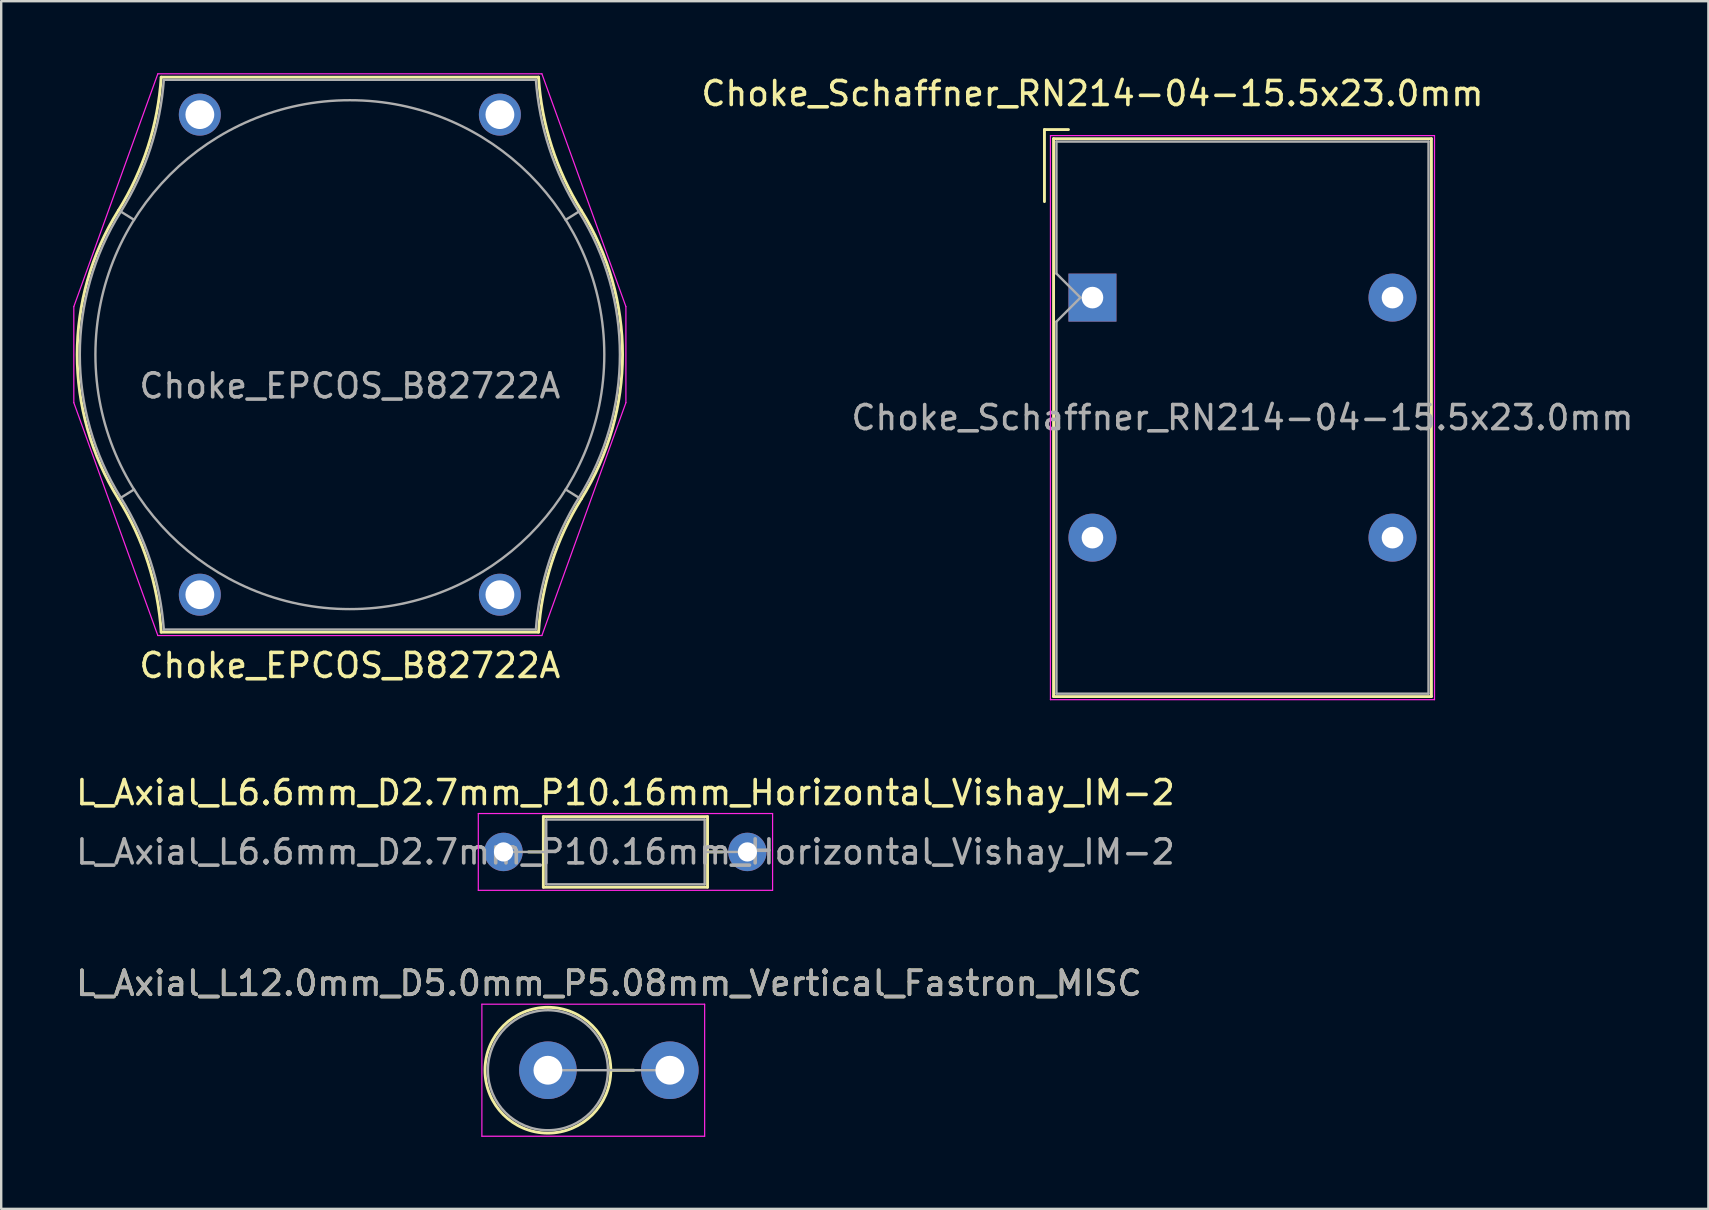
<source format=kicad_pcb>
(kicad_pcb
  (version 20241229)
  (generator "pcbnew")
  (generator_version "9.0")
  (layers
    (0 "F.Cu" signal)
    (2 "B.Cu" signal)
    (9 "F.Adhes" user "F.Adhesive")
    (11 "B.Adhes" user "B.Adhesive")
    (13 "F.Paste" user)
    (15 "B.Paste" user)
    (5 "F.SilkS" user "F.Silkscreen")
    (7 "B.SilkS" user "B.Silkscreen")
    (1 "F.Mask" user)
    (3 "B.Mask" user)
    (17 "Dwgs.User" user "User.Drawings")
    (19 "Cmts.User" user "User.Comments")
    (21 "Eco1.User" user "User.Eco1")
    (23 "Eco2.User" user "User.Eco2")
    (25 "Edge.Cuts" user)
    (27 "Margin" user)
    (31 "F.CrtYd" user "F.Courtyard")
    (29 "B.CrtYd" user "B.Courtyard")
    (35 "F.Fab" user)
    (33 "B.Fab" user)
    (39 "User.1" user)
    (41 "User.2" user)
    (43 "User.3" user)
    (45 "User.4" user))
  (footprint "L_Axial_L6.6mm_D2.7mm_P10.16mm_Horizontal_Vishay_IM-2"
    (layer "F.Cu")
    (at 17.926 32.441)
    (property "Reference" "L_Axial_L6.6mm_D2.7mm_P10.16mm_Horizontal_Vishay_IM-2" (at 5.08 -2.47 0) (layer "F.SilkS") (effects (font (size 1 1) (thickness 0.15))))
    (attr through_hole)
    (fp_line (start 1.04 0) (end 1.66 0) (stroke (width 0.12) (type solid)) (layer "F.SilkS"))
    (fp_line (start 1.66 -1.47) (end 1.66 1.47) (stroke (width 0.12) (type solid)) (layer "F.SilkS"))
    (fp_line (start 1.66 1.47) (end 8.5 1.47) (stroke (width 0.12) (type solid)) (layer "F.SilkS"))
    (fp_line (start 8.5 -1.47) (end 1.66 -1.47) (stroke (width 0.12) (type solid)) (layer "F.SilkS"))
    (fp_line (start 8.5 1.47) (end 8.5 -1.47) (stroke (width 0.12) (type solid)) (layer "F.SilkS"))
    (fp_line (start 9.12 0) (end 8.5 0) (stroke (width 0.12) (type solid)) (layer "F.SilkS"))
    (fp_line (start -1.05 -1.6) (end -1.05 1.6) (stroke (width 0.05) (type solid)) (layer "F.CrtYd"))
    (fp_line (start -1.05 1.6) (end 11.21 1.6) (stroke (width 0.05) (type solid)) (layer "F.CrtYd"))
    (fp_line (start 11.21 -1.6) (end -1.05 -1.6) (stroke (width 0.05) (type solid)) (layer "F.CrtYd"))
    (fp_line (start 11.21 1.6) (end 11.21 -1.6) (stroke (width 0.05) (type solid)) (layer "F.CrtYd"))
    (fp_line (start 0 0) (end 1.78 0) (stroke (width 0.1) (type solid)) (layer "F.Fab"))
    (fp_line (start 1.78 -1.35) (end 1.78 1.35) (stroke (width 0.1) (type solid)) (layer "F.Fab"))
    (fp_line (start 1.78 1.35) (end 8.38 1.35) (stroke (width 0.1) (type solid)) (layer "F.Fab"))
    (fp_line (start 8.38 -1.35) (end 1.78 -1.35) (stroke (width 0.1) (type solid)) (layer "F.Fab"))
    (fp_line (start 8.38 1.35) (end 8.38 -1.35) (stroke (width 0.1) (type solid)) (layer "F.Fab"))
    (fp_line (start 10.16 0) (end 8.38 0) (stroke (width 0.1) (type solid)) (layer "F.Fab"))
    (fp_text user "${REFERENCE}" (at 5.08 0 0) (layer "F.Fab") (effects (font (size 1 1) (thickness 0.15))))
    (pad "1" thru_hole circle (at 0 0) (size 1.6 1.6) (drill 0.8) (layers "*.Cu" "*.Mask"))
    (pad "2" thru_hole oval (at 10.16 0) (size 1.6 1.6) (drill 0.8) (layers "*.Cu" "*.Mask")))
  (footprint "Choke_EPCOS_B82722A"
    (layer "F.Cu")
    (at 5.275 21.725)
    (property "Reference" "Choke_EPCOS_B82722A" (at 6.25 2.95 180) (layer "F.SilkS") (effects (font (size 1 1) (thickness 0.15))))
    (attr through_hole)
    (fp_line (start -1.61 -21.56) (end 14.11 -21.56) (stroke (width 0.12) (type solid)) (layer "F.SilkS"))
    (fp_line (start -1.61 1.56) (end 14.11 1.56) (stroke (width 0.12) (type solid)) (layer "F.SilkS"))
    (fp_arc (start -3.392046 -3.993291) (mid -5.11 -10) (end -3.392046 -16.006709) (stroke (width 0.12) (type solid)) (layer "F.SilkS"))
    (fp_arc (start -3.392046 -3.993291) (mid -2.156889 -1.327078) (end -1.61 1.56) (stroke (width 0.12) (type solid)) (layer "F.SilkS"))
    (fp_arc (start -1.61 -21.56) (mid -2.156888 -18.672922) (end -3.392046 -16.006709) (stroke (width 0.12) (type solid)) (layer "F.SilkS"))
    (fp_arc (start 14.109999 1.56) (mid 14.656887 -1.327078) (end 15.892045 -3.993291) (stroke (width 0.12) (type solid)) (layer "F.SilkS"))
    (fp_arc (start 15.892045 -16.006709) (mid 17.609999 -10) (end 15.892045 -3.993291) (stroke (width 0.12) (type solid)) (layer "F.SilkS"))
    (fp_arc (start 15.892046 -16.00671) (mid 14.656889 -18.672923) (end 14.11 -21.56) (stroke (width 0.12) (type solid)) (layer "F.SilkS"))
    (fp_line (start -5.25 -12) (end -5.25 -8) (stroke (width 0.05) (type solid)) (layer "F.CrtYd"))
    (fp_line (start -5.25 -8) (end -1.75 1.7) (stroke (width 0.05) (type solid)) (layer "F.CrtYd"))
    (fp_line (start -1.75 -21.7) (end -5.25 -12) (stroke (width 0.05) (type solid)) (layer "F.CrtYd"))
    (fp_line (start -1.75 -21.7) (end 14.25 -21.7) (stroke (width 0.05) (type solid)) (layer "F.CrtYd"))
    (fp_line (start -1.75 1.7) (end 14.25 1.7) (stroke (width 0.05) (type solid)) (layer "F.CrtYd"))
    (fp_line (start 14.25 -21.7) (end 17.75 -12) (stroke (width 0.05) (type solid)) (layer "F.CrtYd"))
    (fp_line (start 17.75 -12) (end 17.75 -8) (stroke (width 0.05) (type solid)) (layer "F.CrtYd"))
    (fp_line (start 17.75 -8) (end 14.25 1.7) (stroke (width 0.05) (type solid)) (layer "F.CrtYd"))
    (fp_line (start -3.291 -4.04) (end -2.74 -4.384) (stroke (width 0.1) (type solid)) (layer "F.Fab"))
    (fp_line (start -2.74 -15.616) (end -3.291 -15.96) (stroke (width 0.1) (type solid)) (layer "F.Fab"))
    (fp_line (start -1.5 -21.45) (end 14 -21.45) (stroke (width 0.1) (type solid)) (layer "F.Fab"))
    (fp_line (start -1.5 1.45) (end 14 1.45) (stroke (width 0.1) (type solid)) (layer "F.Fab"))
    (fp_line (start 15.791 -15.96) (end 15.24 -15.616) (stroke (width 0.1) (type solid)) (layer "F.Fab"))
    (fp_line (start 15.791 -4.04) (end 15.24 -4.384) (stroke (width 0.1) (type solid)) (layer "F.Fab"))
    (fp_arc (start -3.29123 -4.039511) (mid -5 -10.000001) (end -3.291229 -15.96049) (stroke (width 0.1) (type solid)) (layer "F.Fab"))
    (fp_arc (start -3.291229 -4.03951) (mid -2.060501 -1.404103) (end -1.5 1.45) (stroke (width 0.1) (type solid)) (layer "F.Fab"))
    (fp_arc (start -1.499999 -21.45) (mid -2.0605 -18.595897) (end -3.291229 -15.96049) (stroke (width 0.1) (type solid)) (layer "F.Fab"))
    (fp_arc (start 14 1.449999) (mid 14.560501 -1.404104) (end 15.79123 -4.039511) (stroke (width 0.1) (type solid)) (layer "F.Fab"))
    (fp_arc (start 15.239959 -15.616106) (mid -2.739959 -4.383894) (end 15.239959 -15.616106) (stroke (width 0.1) (type solid)) (layer "F.Fab"))
    (fp_arc (start 15.791229 -15.960491) (mid 17.5 -10.000001) (end 15.79123 -4.039511) (stroke (width 0.1) (type solid)) (layer "F.Fab"))
    (fp_arc (start 15.79123 -15.96049) (mid 14.560501 -18.595897) (end 14 -21.45) (stroke (width 0.1) (type solid)) (layer "F.Fab"))
    (fp_text user "${REFERENCE}" (at 6.25 -8.7 0) (layer "F.Fab") (effects (font (size 1 1) (thickness 0.15))))
    (pad "1" thru_hole circle (at 0 0) (size 1.75 1.75) (drill 1.2) (layers "*.Cu" "*.Mask"))
    (pad "2" thru_hole circle (at 0 -20) (size 1.75 1.75) (drill 1.2) (layers "*.Cu" "*.Mask"))
    (pad "3" thru_hole circle (at 12.5 0) (size 1.75 1.75) (drill 1.2) (layers "*.Cu" "*.Mask"))
    (pad "4" thru_hole circle (at 12.5 -20) (size 1.75 1.75) (drill 1.2) (layers "*.Cu" "*.Mask")))
  (footprint "L_Axial_L12.0mm_D5.0mm_P5.08mm_Vertical_Fastron_MISC"
    (layer "F.Cu")
    (at 19.775 41.535)
    (property "Reference" "L_Axial_L12.0mm_D5.0mm_P5.08mm_Vertical_Fastron_MISC" (at 2.54 -3.62 0) (layer "F.SilkS") (effects (font (size 1 1) (thickness 0.15))))
    (attr through_hole)
    (fp_line (start 2.62 0) (end 3.58 0) (stroke (width 0.12) (type solid)) (layer "F.SilkS"))
    (fp_circle (center 0 0) (end 2.62 0) (stroke (width 0.12) (type solid)) (fill no) (layer "F.SilkS"))
    (fp_line (start -2.75 -2.75) (end -2.75 2.75) (stroke (width 0.05) (type solid)) (layer "F.CrtYd"))
    (fp_line (start -2.75 2.75) (end 6.53 2.75) (stroke (width 0.05) (type solid)) (layer "F.CrtYd"))
    (fp_line (start 6.53 -2.75) (end -2.75 -2.75) (stroke (width 0.05) (type solid)) (layer "F.CrtYd"))
    (fp_line (start 6.53 2.75) (end 6.53 -2.75) (stroke (width 0.05) (type solid)) (layer "F.CrtYd"))
    (fp_line (start 0 0) (end 5.08 0) (stroke (width 0.1) (type solid)) (layer "F.Fab"))
    (fp_circle (center 0 0) (end 2.5 0) (stroke (width 0.1) (type solid)) (fill no) (layer "F.Fab"))
    (fp_text user "${REFERENCE}" (at 2.54 -3.62 0) (layer "F.Fab") (effects (font (size 1 1) (thickness 0.15))))
    (pad "1" thru_hole circle (at 0 0) (size 2.4 2.4) (drill 1.2) (layers "*.Cu" "*.Mask"))
    (pad "2" thru_hole oval (at 5.08 0) (size 2.4 2.4) (drill 1.2) (layers "*.Cu" "*.Mask")))
  (footprint "Choke_Schaffner_RN214-04-15.5x23.0mm"
    (layer "F.Cu")
    (at 42.461 9.348)
    (property "Reference" "Choke_Schaffner_RN214-04-15.5x23.0mm" (at 0 -8.5 0) (layer "F.SilkS") (effects (font (size 1 1) (thickness 0.15))))
    (attr through_hole)
    (fp_line (start -2 -7) (end -2 -4) (stroke (width 0.12) (type solid)) (layer "F.SilkS"))
    (fp_line (start -2 -7) (end -1 -7) (stroke (width 0.12) (type solid)) (layer "F.SilkS"))
    (fp_line (start -1.62 -6.62) (end 14.12 -6.62) (stroke (width 0.12) (type solid)) (layer "F.SilkS"))
    (fp_line (start -1.62 16.62) (end -1.62 -6.62) (stroke (width 0.12) (type solid)) (layer "F.SilkS"))
    (fp_line (start 14.12 -6.62) (end 14.12 16.62) (stroke (width 0.12) (type solid)) (layer "F.SilkS"))
    (fp_line (start 14.12 16.62) (end -1.62 16.62) (stroke (width 0.12) (type solid)) (layer "F.SilkS"))
    (fp_line (start -1.75 -6.75) (end -1.75 16.75) (stroke (width 0.05) (type solid)) (layer "F.CrtYd"))
    (fp_line (start -1.75 16.75) (end 14.25 16.75) (stroke (width 0.05) (type solid)) (layer "F.CrtYd"))
    (fp_line (start 14.25 -6.75) (end -1.75 -6.75) (stroke (width 0.05) (type solid)) (layer "F.CrtYd"))
    (fp_line (start 14.25 16.75) (end 14.25 -6.75) (stroke (width 0.05) (type solid)) (layer "F.CrtYd"))
    (fp_line (start -1.5 -6.5) (end 14 -6.5) (stroke (width 0.1) (type solid)) (layer "F.Fab"))
    (fp_line (start -1.5 -1) (end -1.5 -6.5) (stroke (width 0.1) (type solid)) (layer "F.Fab"))
    (fp_line (start -1.5 1) (end -0.5 0) (stroke (width 0.1) (type solid)) (layer "F.Fab"))
    (fp_line (start -1.5 16.5) (end -1.5 1) (stroke (width 0.1) (type solid)) (layer "F.Fab"))
    (fp_line (start -0.5 0) (end -1.5 -1) (stroke (width 0.1) (type solid)) (layer "F.Fab"))
    (fp_line (start 14 -6.5) (end 14 16.5) (stroke (width 0.1) (type solid)) (layer "F.Fab"))
    (fp_line (start 14 16.5) (end -1.5 16.5) (stroke (width 0.1) (type solid)) (layer "F.Fab"))
    (fp_text user "${REFERENCE}" (at 6.25 5 0) (layer "F.Fab") (effects (font (size 1 1) (thickness 0.15))))
    (pad "1" thru_hole rect (at 0 0) (size 2 2) (drill 0.9) (layers "*.Cu" "*.Mask"))
    (pad "2" thru_hole circle (at 12.5 0) (size 2 2) (drill 0.9) (layers "*.Cu" "*.Mask"))
    (pad "3" thru_hole circle (at 0 10) (size 2 2) (drill 0.9) (layers "*.Cu" "*.Mask"))
    (pad "4" thru_hole circle (at 12.5 10) (size 2 2) (drill 0.9) (layers "*.Cu" "*.Mask")))
  (gr_rect
    (start -3 -3)
    (end 68.121 47.31)
    (stroke (width 0.1) (type default))
    (fill no)
    (layer "Edge.Cuts")))
</source>
